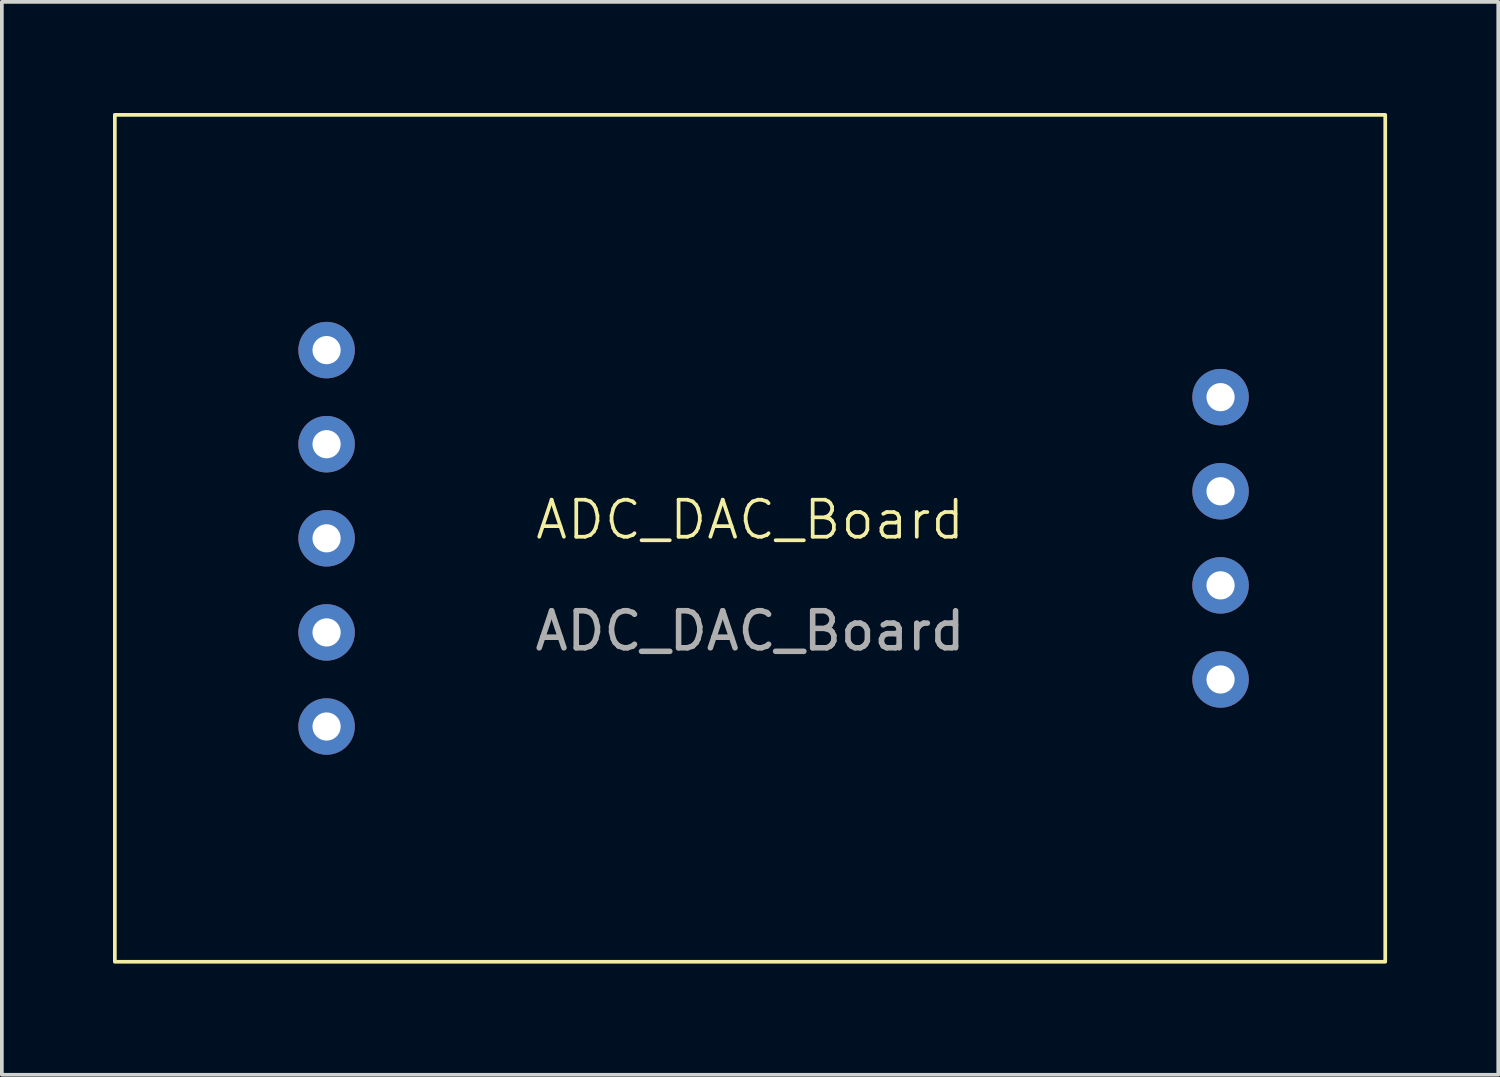
<source format=kicad_pcb>
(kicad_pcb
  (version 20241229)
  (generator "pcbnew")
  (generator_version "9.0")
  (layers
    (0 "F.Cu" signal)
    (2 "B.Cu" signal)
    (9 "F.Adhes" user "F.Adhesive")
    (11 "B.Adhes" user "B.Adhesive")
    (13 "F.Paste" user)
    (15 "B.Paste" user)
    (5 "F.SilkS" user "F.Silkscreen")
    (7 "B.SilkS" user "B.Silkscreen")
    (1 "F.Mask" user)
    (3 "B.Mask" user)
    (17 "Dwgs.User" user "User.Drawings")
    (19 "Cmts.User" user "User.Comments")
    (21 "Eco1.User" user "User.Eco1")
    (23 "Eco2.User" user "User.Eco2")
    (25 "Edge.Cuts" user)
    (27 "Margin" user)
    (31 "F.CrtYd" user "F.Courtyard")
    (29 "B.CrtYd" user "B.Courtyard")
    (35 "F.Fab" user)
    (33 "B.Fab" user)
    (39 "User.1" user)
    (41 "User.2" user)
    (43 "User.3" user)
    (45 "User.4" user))
  (footprint "ADC_DAC_Board"
    (layer "F.Cu")
    (at 17.195 11.48)
    (property "Reference" "ADC_DAC_Board" (at 0 -0.5 0) (unlocked yes) (layer "F.SilkS") (effects (font (size 1 1) (thickness 0.1))))
    (attr through_hole)
    (fp_rect (start -17.145 -11.43) (end 17.145 11.43) (stroke (width 0.1) (type default)) (fill no) (layer "F.SilkS"))
    (fp_text user "${REFERENCE}" (at 0 2.5 0) (unlocked yes) (layer "F.Fab") (effects (font (size 1 1) (thickness 0.15))))
    (pad "1" thru_hole circle (at -11.43 -5.08) (size 1.524 1.524) (drill 0.762) (layers "*.Cu" "*.Mask"))
    (pad "2" thru_hole circle (at -11.43 -2.54) (size 1.524 1.524) (drill 0.762) (layers "*.Cu" "*.Mask"))
    (pad "3" thru_hole circle (at -11.43 0) (size 1.524 1.524) (drill 0.762) (layers "*.Cu" "*.Mask"))
    (pad "4" thru_hole circle (at -11.43 2.54) (size 1.524 1.524) (drill 0.762) (layers "*.Cu" "*.Mask"))
    (pad "5" thru_hole circle (at -11.43 5.08) (size 1.524 1.524) (drill 0.762) (layers "*.Cu" "*.Mask"))
    (pad "6" thru_hole circle (at 12.7 -3.81) (size 1.524 1.524) (drill 0.762) (layers "*.Cu" "*.Mask"))
    (pad "7" thru_hole circle (at 12.7 -1.27) (size 1.524 1.524) (drill 0.762) (layers "*.Cu" "*.Mask"))
    (pad "8" thru_hole circle (at 12.7 1.27) (size 1.524 1.524) (drill 0.762) (layers "*.Cu" "*.Mask"))
    (pad "9" thru_hole circle (at 12.7 3.81) (size 1.524 1.524) (drill 0.762) (layers "*.Cu" "*.Mask")))
  (gr_rect
    (start -3 -3)
    (end 37.39 25.96)
    (stroke (width 0.1) (type default))
    (fill no)
    (layer "Edge.Cuts")))
</source>
